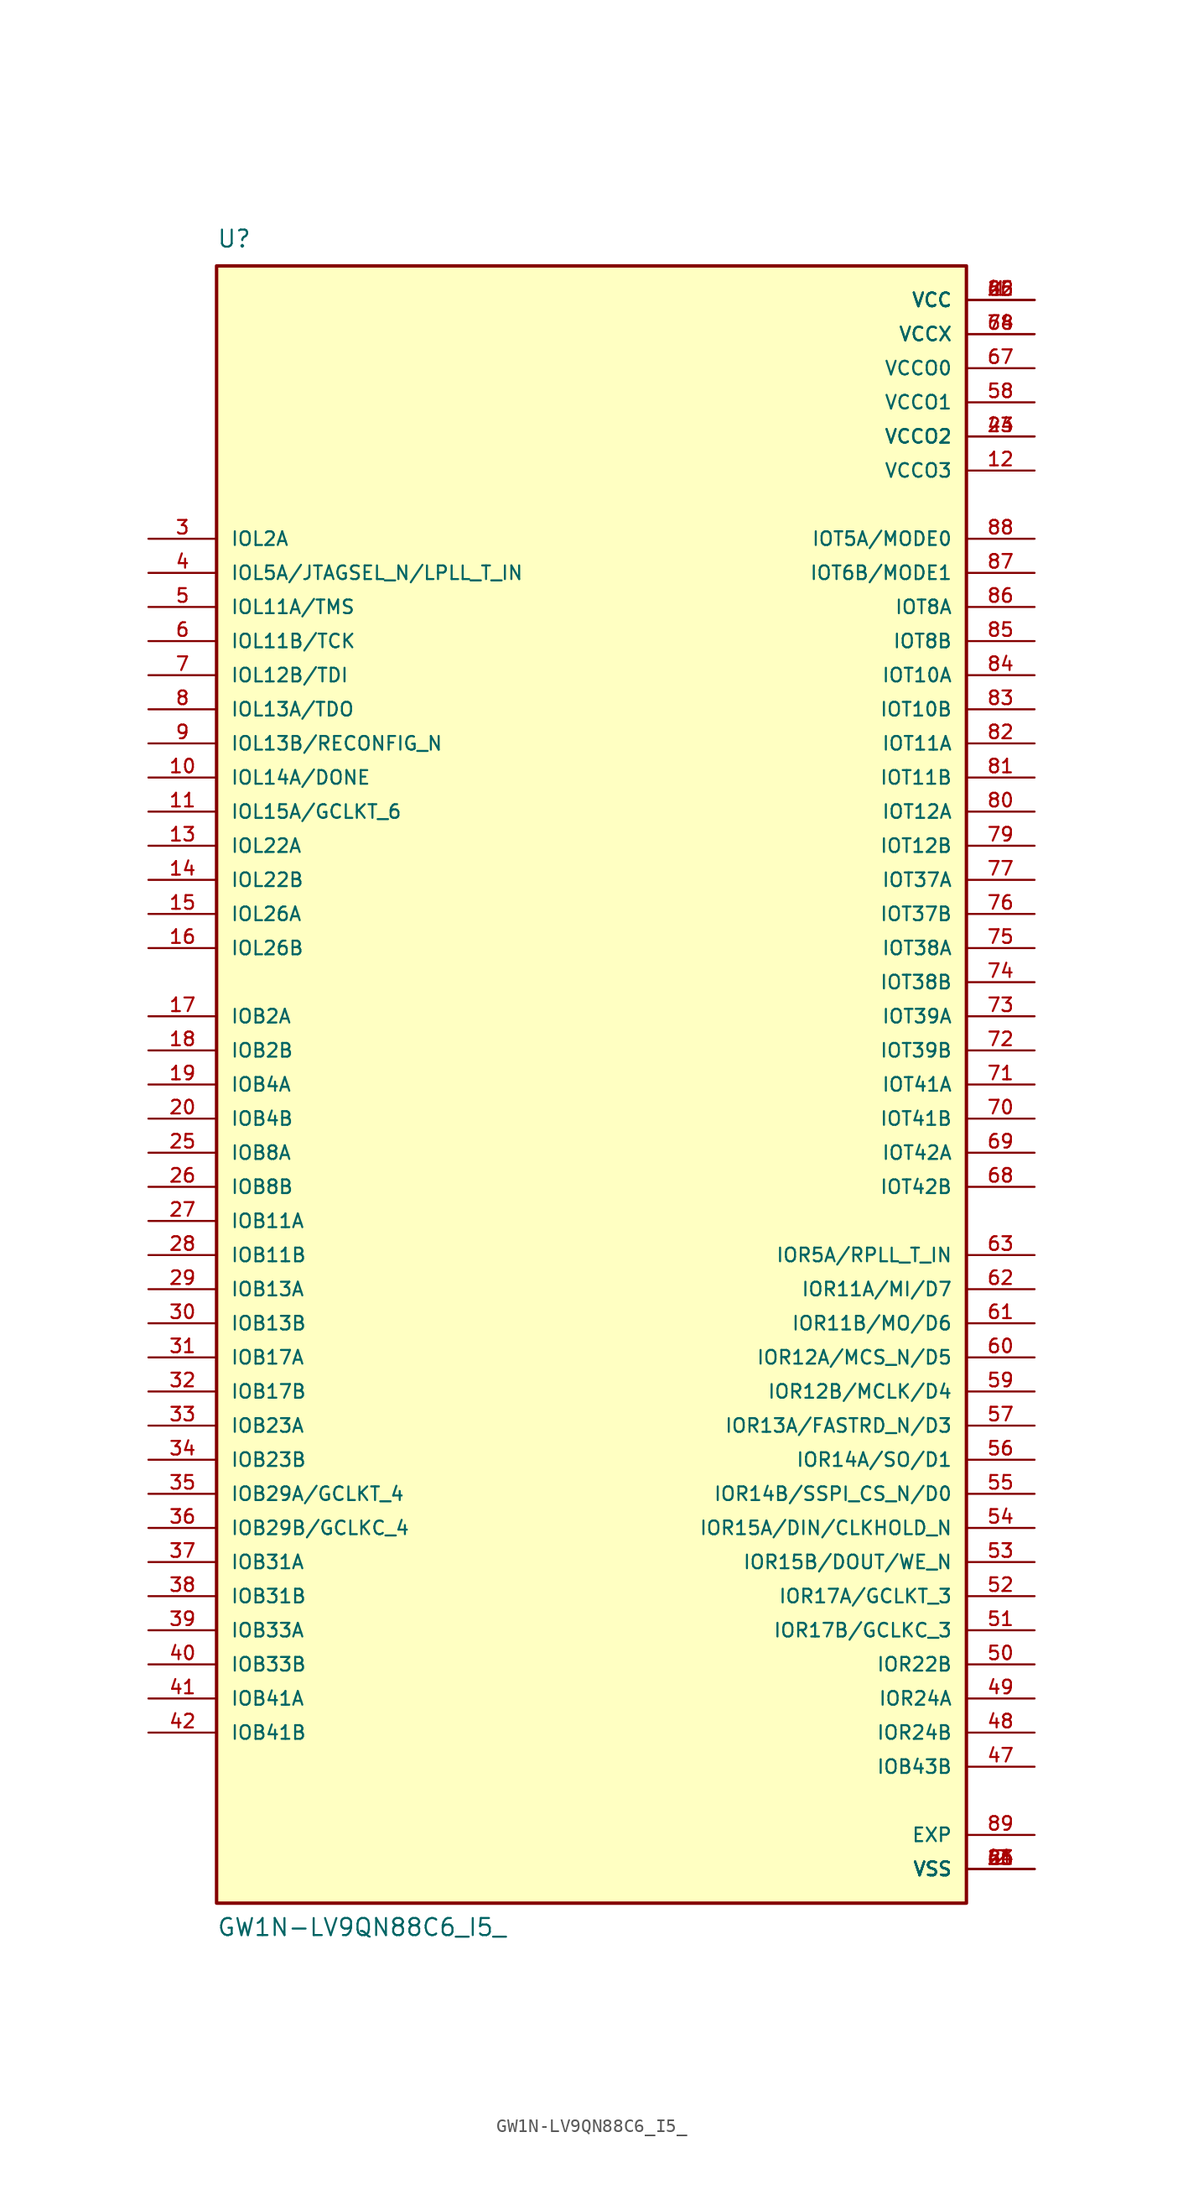
<source format=kicad_sym>
(kicad_symbol_lib
  (version 20211014)
  (generator kicad_symbol_editor)
  (symbol "GW1N-LV9QN88C6_I5_"
    (pin_names
      (offset 1.016))
    (property "Reference" "U"
      (at -27.94 62.23 0)
      (effects (font (size 1.27 1.27)) (justify bottom left)))
    (property "Value" "GW1N-LV9QN88C6_I5_"
      (at -27.94 -63.5 0)
      (effects (font (size 1.27 1.27)) (justify bottom left)))
    (symbol "GW1N-LV9QN88C6_I5__0_0"
      (rectangle (start -27.94 -60.96) (end 27.94 60.96) (stroke (width 0.254)) (fill (type background)))
      (pin power_in line (at 33.02 58.42 180.0) (length 5.08) (name "VCC" (effects (font (size 1.016 1.016)))) (number "1" (effects (font (size 1.016 1.016)))))
      (pin power_in line (at 33.02 58.42 180.0) (length 5.08) (name "VCC" (effects (font (size 1.016 1.016)))) (number "22" (effects (font (size 1.016 1.016)))))
      (pin power_in line (at 33.02 58.42 180.0) (length 5.08) (name "VCC" (effects (font (size 1.016 1.016)))) (number "45" (effects (font (size 1.016 1.016)))))
      (pin power_in line (at 33.02 58.42 180.0) (length 5.08) (name "VCC" (effects (font (size 1.016 1.016)))) (number "66" (effects (font (size 1.016 1.016)))))
      (pin power_in line (at 33.02 -58.42 180.0) (length 5.08) (name "VSS" (effects (font (size 1.016 1.016)))) (number "2" (effects (font (size 1.016 1.016)))))
      (pin power_in line (at 33.02 -58.42 180.0) (length 5.08) (name "VSS" (effects (font (size 1.016 1.016)))) (number "21" (effects (font (size 1.016 1.016)))))
      (pin power_in line (at 33.02 -58.42 180.0) (length 5.08) (name "VSS" (effects (font (size 1.016 1.016)))) (number "24" (effects (font (size 1.016 1.016)))))
      (pin power_in line (at 33.02 -58.42 180.0) (length 5.08) (name "VSS" (effects (font (size 1.016 1.016)))) (number "43" (effects (font (size 1.016 1.016)))))
      (pin power_in line (at 33.02 -58.42 180.0) (length 5.08) (name "VSS" (effects (font (size 1.016 1.016)))) (number "46" (effects (font (size 1.016 1.016)))))
      (pin power_in line (at 33.02 -58.42 180.0) (length 5.08) (name "VSS" (effects (font (size 1.016 1.016)))) (number "65" (effects (font (size 1.016 1.016)))))
      (pin bidirectional line (at -33.02 40.64 0) (length 5.08) (name "IOL2A" (effects (font (size 1.016 1.016)))) (number "3" (effects (font (size 1.016 1.016)))))
      (pin bidirectional line (at -33.02 38.1 0) (length 5.08) (name "IOL5A/JTAGSEL_N/LPLL_T_IN" (effects (font (size 1.016 1.016)))) (number "4" (effects (font (size 1.016 1.016)))))
      (pin bidirectional line (at -33.02 35.56 0) (length 5.08) (name "IOL11A/TMS" (effects (font (size 1.016 1.016)))) (number "5" (effects (font (size 1.016 1.016)))))
      (pin bidirectional line (at -33.02 33.02 0) (length 5.08) (name "IOL11B/TCK" (effects (font (size 1.016 1.016)))) (number "6" (effects (font (size 1.016 1.016)))))
      (pin bidirectional line (at -33.02 30.48 0) (length 5.08) (name "IOL12B/TDI" (effects (font (size 1.016 1.016)))) (number "7" (effects (font (size 1.016 1.016)))))
      (pin bidirectional line (at -33.02 27.94 0) (length 5.08) (name "IOL13A/TDO" (effects (font (size 1.016 1.016)))) (number "8" (effects (font (size 1.016 1.016)))))
      (pin bidirectional line (at -33.02 25.4 0) (length 5.08) (name "IOL13B/RECONFIG_N" (effects (font (size 1.016 1.016)))) (number "9" (effects (font (size 1.016 1.016)))))
      (pin bidirectional line (at -33.02 22.86 0) (length 5.08) (name "IOL14A/DONE" (effects (font (size 1.016 1.016)))) (number "10" (effects (font (size 1.016 1.016)))))
      (pin bidirectional line (at -33.02 20.32 0) (length 5.08) (name "IOL15A/GCLKT_6" (effects (font (size 1.016 1.016)))) (number "11" (effects (font (size 1.016 1.016)))))
      (pin power_in line (at 33.02 45.72 180.0) (length 5.08) (name "VCCO3" (effects (font (size 1.016 1.016)))) (number "12" (effects (font (size 1.016 1.016)))))
      (pin bidirectional line (at -33.02 17.78 0) (length 5.08) (name "IOL22A" (effects (font (size 1.016 1.016)))) (number "13" (effects (font (size 1.016 1.016)))))
      (pin bidirectional line (at -33.02 15.24 0) (length 5.08) (name "IOL22B" (effects (font (size 1.016 1.016)))) (number "14" (effects (font (size 1.016 1.016)))))
      (pin bidirectional line (at -33.02 12.7 0) (length 5.08) (name "IOL26A" (effects (font (size 1.016 1.016)))) (number "15" (effects (font (size 1.016 1.016)))))
      (pin bidirectional line (at -33.02 10.16 0) (length 5.08) (name "IOL26B" (effects (font (size 1.016 1.016)))) (number "16" (effects (font (size 1.016 1.016)))))
      (pin bidirectional line (at -33.02 5.08 0) (length 5.08) (name "IOB2A" (effects (font (size 1.016 1.016)))) (number "17" (effects (font (size 1.016 1.016)))))
      (pin bidirectional line (at -33.02 2.54 0) (length 5.08) (name "IOB2B" (effects (font (size 1.016 1.016)))) (number "18" (effects (font (size 1.016 1.016)))))
      (pin bidirectional line (at -33.02 0.0 0) (length 5.08) (name "IOB4A" (effects (font (size 1.016 1.016)))) (number "19" (effects (font (size 1.016 1.016)))))
      (pin bidirectional line (at -33.02 -2.54 0) (length 5.08) (name "IOB4B" (effects (font (size 1.016 1.016)))) (number "20" (effects (font (size 1.016 1.016)))))
      (pin power_in line (at 33.02 48.26 180.0) (length 5.08) (name "VCCO2" (effects (font (size 1.016 1.016)))) (number "23" (effects (font (size 1.016 1.016)))))
      (pin power_in line (at 33.02 48.26 180.0) (length 5.08) (name "VCCO2" (effects (font (size 1.016 1.016)))) (number "44" (effects (font (size 1.016 1.016)))))
      (pin bidirectional line (at -33.02 -5.08 0) (length 5.08) (name "IOB8A" (effects (font (size 1.016 1.016)))) (number "25" (effects (font (size 1.016 1.016)))))
      (pin bidirectional line (at -33.02 -7.62 0) (length 5.08) (name "IOB8B" (effects (font (size 1.016 1.016)))) (number "26" (effects (font (size 1.016 1.016)))))
      (pin bidirectional line (at -33.02 -10.16 0) (length 5.08) (name "IOB11A" (effects (font (size 1.016 1.016)))) (number "27" (effects (font (size 1.016 1.016)))))
      (pin bidirectional line (at -33.02 -12.7 0) (length 5.08) (name "IOB11B" (effects (font (size 1.016 1.016)))) (number "28" (effects (font (size 1.016 1.016)))))
      (pin bidirectional line (at -33.02 -15.24 0) (length 5.08) (name "IOB13A" (effects (font (size 1.016 1.016)))) (number "29" (effects (font (size 1.016 1.016)))))
      (pin bidirectional line (at -33.02 -17.78 0) (length 5.08) (name "IOB13B" (effects (font (size 1.016 1.016)))) (number "30" (effects (font (size 1.016 1.016)))))
      (pin bidirectional line (at -33.02 -20.32 0) (length 5.08) (name "IOB17A" (effects (font (size 1.016 1.016)))) (number "31" (effects (font (size 1.016 1.016)))))
      (pin bidirectional line (at -33.02 -22.86 0) (length 5.08) (name "IOB17B" (effects (font (size 1.016 1.016)))) (number "32" (effects (font (size 1.016 1.016)))))
      (pin bidirectional line (at -33.02 -25.4 0) (length 5.08) (name "IOB23A" (effects (font (size 1.016 1.016)))) (number "33" (effects (font (size 1.016 1.016)))))
      (pin bidirectional line (at -33.02 -27.94 0) (length 5.08) (name "IOB23B" (effects (font (size 1.016 1.016)))) (number "34" (effects (font (size 1.016 1.016)))))
      (pin bidirectional line (at -33.02 -30.48 0) (length 5.08) (name "IOB29A/GCLKT_4" (effects (font (size 1.016 1.016)))) (number "35" (effects (font (size 1.016 1.016)))))
      (pin bidirectional line (at -33.02 -33.02 0) (length 5.08) (name "IOB29B/GCLKC_4" (effects (font (size 1.016 1.016)))) (number "36" (effects (font (size 1.016 1.016)))))
      (pin bidirectional line (at -33.02 -35.56 0) (length 5.08) (name "IOB31A" (effects (font (size 1.016 1.016)))) (number "37" (effects (font (size 1.016 1.016)))))
      (pin bidirectional line (at -33.02 -38.1 0) (length 5.08) (name "IOB31B" (effects (font (size 1.016 1.016)))) (number "38" (effects (font (size 1.016 1.016)))))
      (pin bidirectional line (at -33.02 -40.64 0) (length 5.08) (name "IOB33A" (effects (font (size 1.016 1.016)))) (number "39" (effects (font (size 1.016 1.016)))))
      (pin bidirectional line (at -33.02 -43.18 0) (length 5.08) (name "IOB33B" (effects (font (size 1.016 1.016)))) (number "40" (effects (font (size 1.016 1.016)))))
      (pin bidirectional line (at -33.02 -45.72 0) (length 5.08) (name "IOB41A" (effects (font (size 1.016 1.016)))) (number "41" (effects (font (size 1.016 1.016)))))
      (pin bidirectional line (at -33.02 -48.26 0) (length 5.08) (name "IOB41B" (effects (font (size 1.016 1.016)))) (number "42" (effects (font (size 1.016 1.016)))))
      (pin bidirectional line (at 33.02 -50.8 180.0) (length 5.08) (name "IOB43B" (effects (font (size 1.016 1.016)))) (number "47" (effects (font (size 1.016 1.016)))))
      (pin bidirectional line (at 33.02 -48.26 180.0) (length 5.08) (name "IOR24B" (effects (font (size 1.016 1.016)))) (number "48" (effects (font (size 1.016 1.016)))))
      (pin bidirectional line (at 33.02 -45.72 180.0) (length 5.08) (name "IOR24A" (effects (font (size 1.016 1.016)))) (number "49" (effects (font (size 1.016 1.016)))))
      (pin bidirectional line (at 33.02 -43.18 180.0) (length 5.08) (name "IOR22B" (effects (font (size 1.016 1.016)))) (number "50" (effects (font (size 1.016 1.016)))))
      (pin bidirectional line (at 33.02 -40.64 180.0) (length 5.08) (name "IOR17B/GCLKC_3" (effects (font (size 1.016 1.016)))) (number "51" (effects (font (size 1.016 1.016)))))
      (pin bidirectional line (at 33.02 -38.1 180.0) (length 5.08) (name "IOR17A/GCLKT_3" (effects (font (size 1.016 1.016)))) (number "52" (effects (font (size 1.016 1.016)))))
      (pin bidirectional line (at 33.02 -35.56 180.0) (length 5.08) (name "IOR15B/DOUT/WE_N" (effects (font (size 1.016 1.016)))) (number "53" (effects (font (size 1.016 1.016)))))
      (pin bidirectional line (at 33.02 -33.02 180.0) (length 5.08) (name "IOR15A/DIN/CLKHOLD_N" (effects (font (size 1.016 1.016)))) (number "54" (effects (font (size 1.016 1.016)))))
      (pin bidirectional line (at 33.02 -30.48 180.0) (length 5.08) (name "IOR14B/SSPI_CS_N/D0" (effects (font (size 1.016 1.016)))) (number "55" (effects (font (size 1.016 1.016)))))
      (pin bidirectional line (at 33.02 -27.94 180.0) (length 5.08) (name "IOR14A/SO/D1" (effects (font (size 1.016 1.016)))) (number "56" (effects (font (size 1.016 1.016)))))
      (pin bidirectional line (at 33.02 -25.4 180.0) (length 5.08) (name "IOR13A/FASTRD_N/D3" (effects (font (size 1.016 1.016)))) (number "57" (effects (font (size 1.016 1.016)))))
      (pin power_in line (at 33.02 50.8 180.0) (length 5.08) (name "VCCO1" (effects (font (size 1.016 1.016)))) (number "58" (effects (font (size 1.016 1.016)))))
      (pin bidirectional line (at 33.02 -22.86 180.0) (length 5.08) (name "IOR12B/MCLK/D4" (effects (font (size 1.016 1.016)))) (number "59" (effects (font (size 1.016 1.016)))))
      (pin bidirectional line (at 33.02 -20.32 180.0) (length 5.08) (name "IOR12A/MCS_N/D5" (effects (font (size 1.016 1.016)))) (number "60" (effects (font (size 1.016 1.016)))))
      (pin bidirectional line (at 33.02 -17.78 180.0) (length 5.08) (name "IOR11B/MO/D6" (effects (font (size 1.016 1.016)))) (number "61" (effects (font (size 1.016 1.016)))))
      (pin bidirectional line (at 33.02 -15.24 180.0) (length 5.08) (name "IOR11A/MI/D7" (effects (font (size 1.016 1.016)))) (number "62" (effects (font (size 1.016 1.016)))))
      (pin bidirectional line (at 33.02 -12.7 180.0) (length 5.08) (name "IOR5A/RPLL_T_IN" (effects (font (size 1.016 1.016)))) (number "63" (effects (font (size 1.016 1.016)))))
      (pin power_in line (at 33.02 55.88 180.0) (length 5.08) (name "VCCX" (effects (font (size 1.016 1.016)))) (number "64" (effects (font (size 1.016 1.016)))))
      (pin power_in line (at 33.02 55.88 180.0) (length 5.08) (name "VCCX" (effects (font (size 1.016 1.016)))) (number "78" (effects (font (size 1.016 1.016)))))
      (pin power_in line (at 33.02 53.34 180.0) (length 5.08) (name "VCCO0" (effects (font (size 1.016 1.016)))) (number "67" (effects (font (size 1.016 1.016)))))
      (pin bidirectional line (at 33.02 -7.62 180.0) (length 5.08) (name "IOT42B" (effects (font (size 1.016 1.016)))) (number "68" (effects (font (size 1.016 1.016)))))
      (pin bidirectional line (at 33.02 -5.08 180.0) (length 5.08) (name "IOT42A" (effects (font (size 1.016 1.016)))) (number "69" (effects (font (size 1.016 1.016)))))
      (pin bidirectional line (at 33.02 -2.54 180.0) (length 5.08) (name "IOT41B" (effects (font (size 1.016 1.016)))) (number "70" (effects (font (size 1.016 1.016)))))
      (pin bidirectional line (at 33.02 0.0 180.0) (length 5.08) (name "IOT41A" (effects (font (size 1.016 1.016)))) (number "71" (effects (font (size 1.016 1.016)))))
      (pin bidirectional line (at 33.02 2.54 180.0) (length 5.08) (name "IOT39B" (effects (font (size 1.016 1.016)))) (number "72" (effects (font (size 1.016 1.016)))))
      (pin bidirectional line (at 33.02 5.08 180.0) (length 5.08) (name "IOT39A" (effects (font (size 1.016 1.016)))) (number "73" (effects (font (size 1.016 1.016)))))
      (pin bidirectional line (at 33.02 7.62 180.0) (length 5.08) (name "IOT38B" (effects (font (size 1.016 1.016)))) (number "74" (effects (font (size 1.016 1.016)))))
      (pin bidirectional line (at 33.02 10.16 180.0) (length 5.08) (name "IOT38A" (effects (font (size 1.016 1.016)))) (number "75" (effects (font (size 1.016 1.016)))))
      (pin bidirectional line (at 33.02 12.7 180.0) (length 5.08) (name "IOT37B" (effects (font (size 1.016 1.016)))) (number "76" (effects (font (size 1.016 1.016)))))
      (pin bidirectional line (at 33.02 15.24 180.0) (length 5.08) (name "IOT37A" (effects (font (size 1.016 1.016)))) (number "77" (effects (font (size 1.016 1.016)))))
      (pin bidirectional line (at 33.02 17.78 180.0) (length 5.08) (name "IOT12B" (effects (font (size 1.016 1.016)))) (number "79" (effects (font (size 1.016 1.016)))))
      (pin bidirectional line (at 33.02 20.32 180.0) (length 5.08) (name "IOT12A" (effects (font (size 1.016 1.016)))) (number "80" (effects (font (size 1.016 1.016)))))
      (pin bidirectional line (at 33.02 22.86 180.0) (length 5.08) (name "IOT11B" (effects (font (size 1.016 1.016)))) (number "81" (effects (font (size 1.016 1.016)))))
      (pin bidirectional line (at 33.02 25.4 180.0) (length 5.08) (name "IOT11A" (effects (font (size 1.016 1.016)))) (number "82" (effects (font (size 1.016 1.016)))))
      (pin bidirectional line (at 33.02 27.94 180.0) (length 5.08) (name "IOT10B" (effects (font (size 1.016 1.016)))) (number "83" (effects (font (size 1.016 1.016)))))
      (pin bidirectional line (at 33.02 30.48 180.0) (length 5.08) (name "IOT10A" (effects (font (size 1.016 1.016)))) (number "84" (effects (font (size 1.016 1.016)))))
      (pin bidirectional line (at 33.02 33.02 180.0) (length 5.08) (name "IOT8B" (effects (font (size 1.016 1.016)))) (number "85" (effects (font (size 1.016 1.016)))))
      (pin bidirectional line (at 33.02 35.56 180.0) (length 5.08) (name "IOT8A" (effects (font (size 1.016 1.016)))) (number "86" (effects (font (size 1.016 1.016)))))
      (pin bidirectional line (at 33.02 38.1 180.0) (length 5.08) (name "IOT6B/MODE1" (effects (font (size 1.016 1.016)))) (number "87" (effects (font (size 1.016 1.016)))))
      (pin bidirectional line (at 33.02 40.64 180.0) (length 5.08) (name "IOT5A/MODE0" (effects (font (size 1.016 1.016)))) (number "88" (effects (font (size 1.016 1.016)))))
      (pin power_in line (at 33.02 -55.88 180.0) (length 5.08) (name "EXP" (effects (font (size 1.016 1.016)))) (number "89" (effects (font (size 1.016 1.016))))))))
</source>
